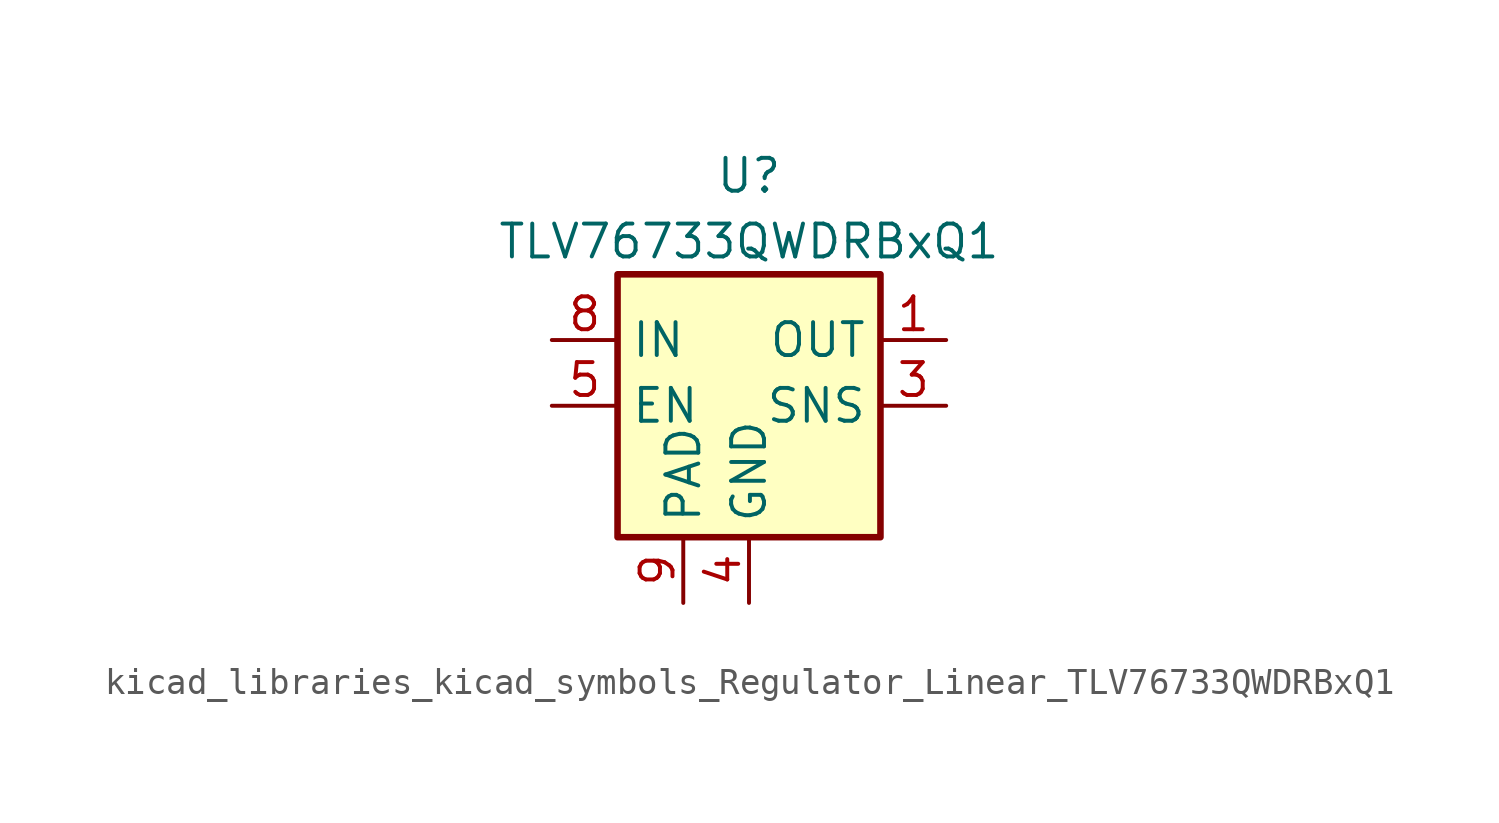
<source format=kicad_sym>
(kicad_symbol_lib
  (version 20220914)
  (generator kicad_symbol_editor)
  (symbol "kicad_libraries_kicad_symbols_Regulator_Linear_TLV76733QWDRBxQ1"
    (property "Reference" "U"
      (at 0 8.89 0)
      (effects (font (size 1.27 1.27))))
    (property "Value" "TLV76733QWDRBxQ1"
      (at 0 6.35 0)
      (effects (font (size 1.27 1.27))))
    (symbol "kicad_libraries_kicad_symbols_Regulator_Linear_TLV76733QWDRBxQ1_0_1"
      (rectangle (start -5.08 5.08) (end 5.08 -5.08) (stroke (width 0.254) (type default)) (fill (type background))))
    (symbol "kicad_libraries_kicad_symbols_Regulator_Linear_TLV76733QWDRBxQ1_1_1"
      (pin power_out line (at 7.62 2.54 180) (length 2.54) (name "OUT" (effects (font (size 1.27 1.27)))) (number "1" (effects (font (size 1.27 1.27)))))
      (pin no_connect line (at 5.08 -2.54 180) (length 2.54) hide (name "NC" (effects (font (size 1.27 1.27)))) (number "2" (effects (font (size 1.27 1.27)))))
      (pin input line (at 7.62 0 180) (length 2.54) (name "SNS" (effects (font (size 1.27 1.27)))) (number "3" (effects (font (size 1.27 1.27)))))
      (pin power_in line (at 0 -7.62 90) (length 2.54) (name "GND" (effects (font (size 1.27 1.27)))) (number "4" (effects (font (size 1.27 1.27)))))
      (pin input line (at -7.62 0 0) (length 2.54) (name "EN" (effects (font (size 1.27 1.27)))) (number "5" (effects (font (size 1.27 1.27)))))
      (pin passive line (at 0 -7.62 90) (length 2.54) hide (name "GND" (effects (font (size 1.27 1.27)))) (number "6" (effects (font (size 1.27 1.27)))))
      (pin no_connect line (at -5.08 -2.54 0) (length 2.54) hide (name "NC" (effects (font (size 1.27 1.27)))) (number "7" (effects (font (size 1.27 1.27)))))
      (pin power_in line (at -7.62 2.54 0) (length 2.54) (name "IN" (effects (font (size 1.27 1.27)))) (number "8" (effects (font (size 1.27 1.27)))))
      (pin passive line (at -2.54 -7.62 90) (length 2.54) (name "PAD" (effects (font (size 1.27 1.27)))) (number "9" (effects (font (size 1.27 1.27))))))))
</source>
